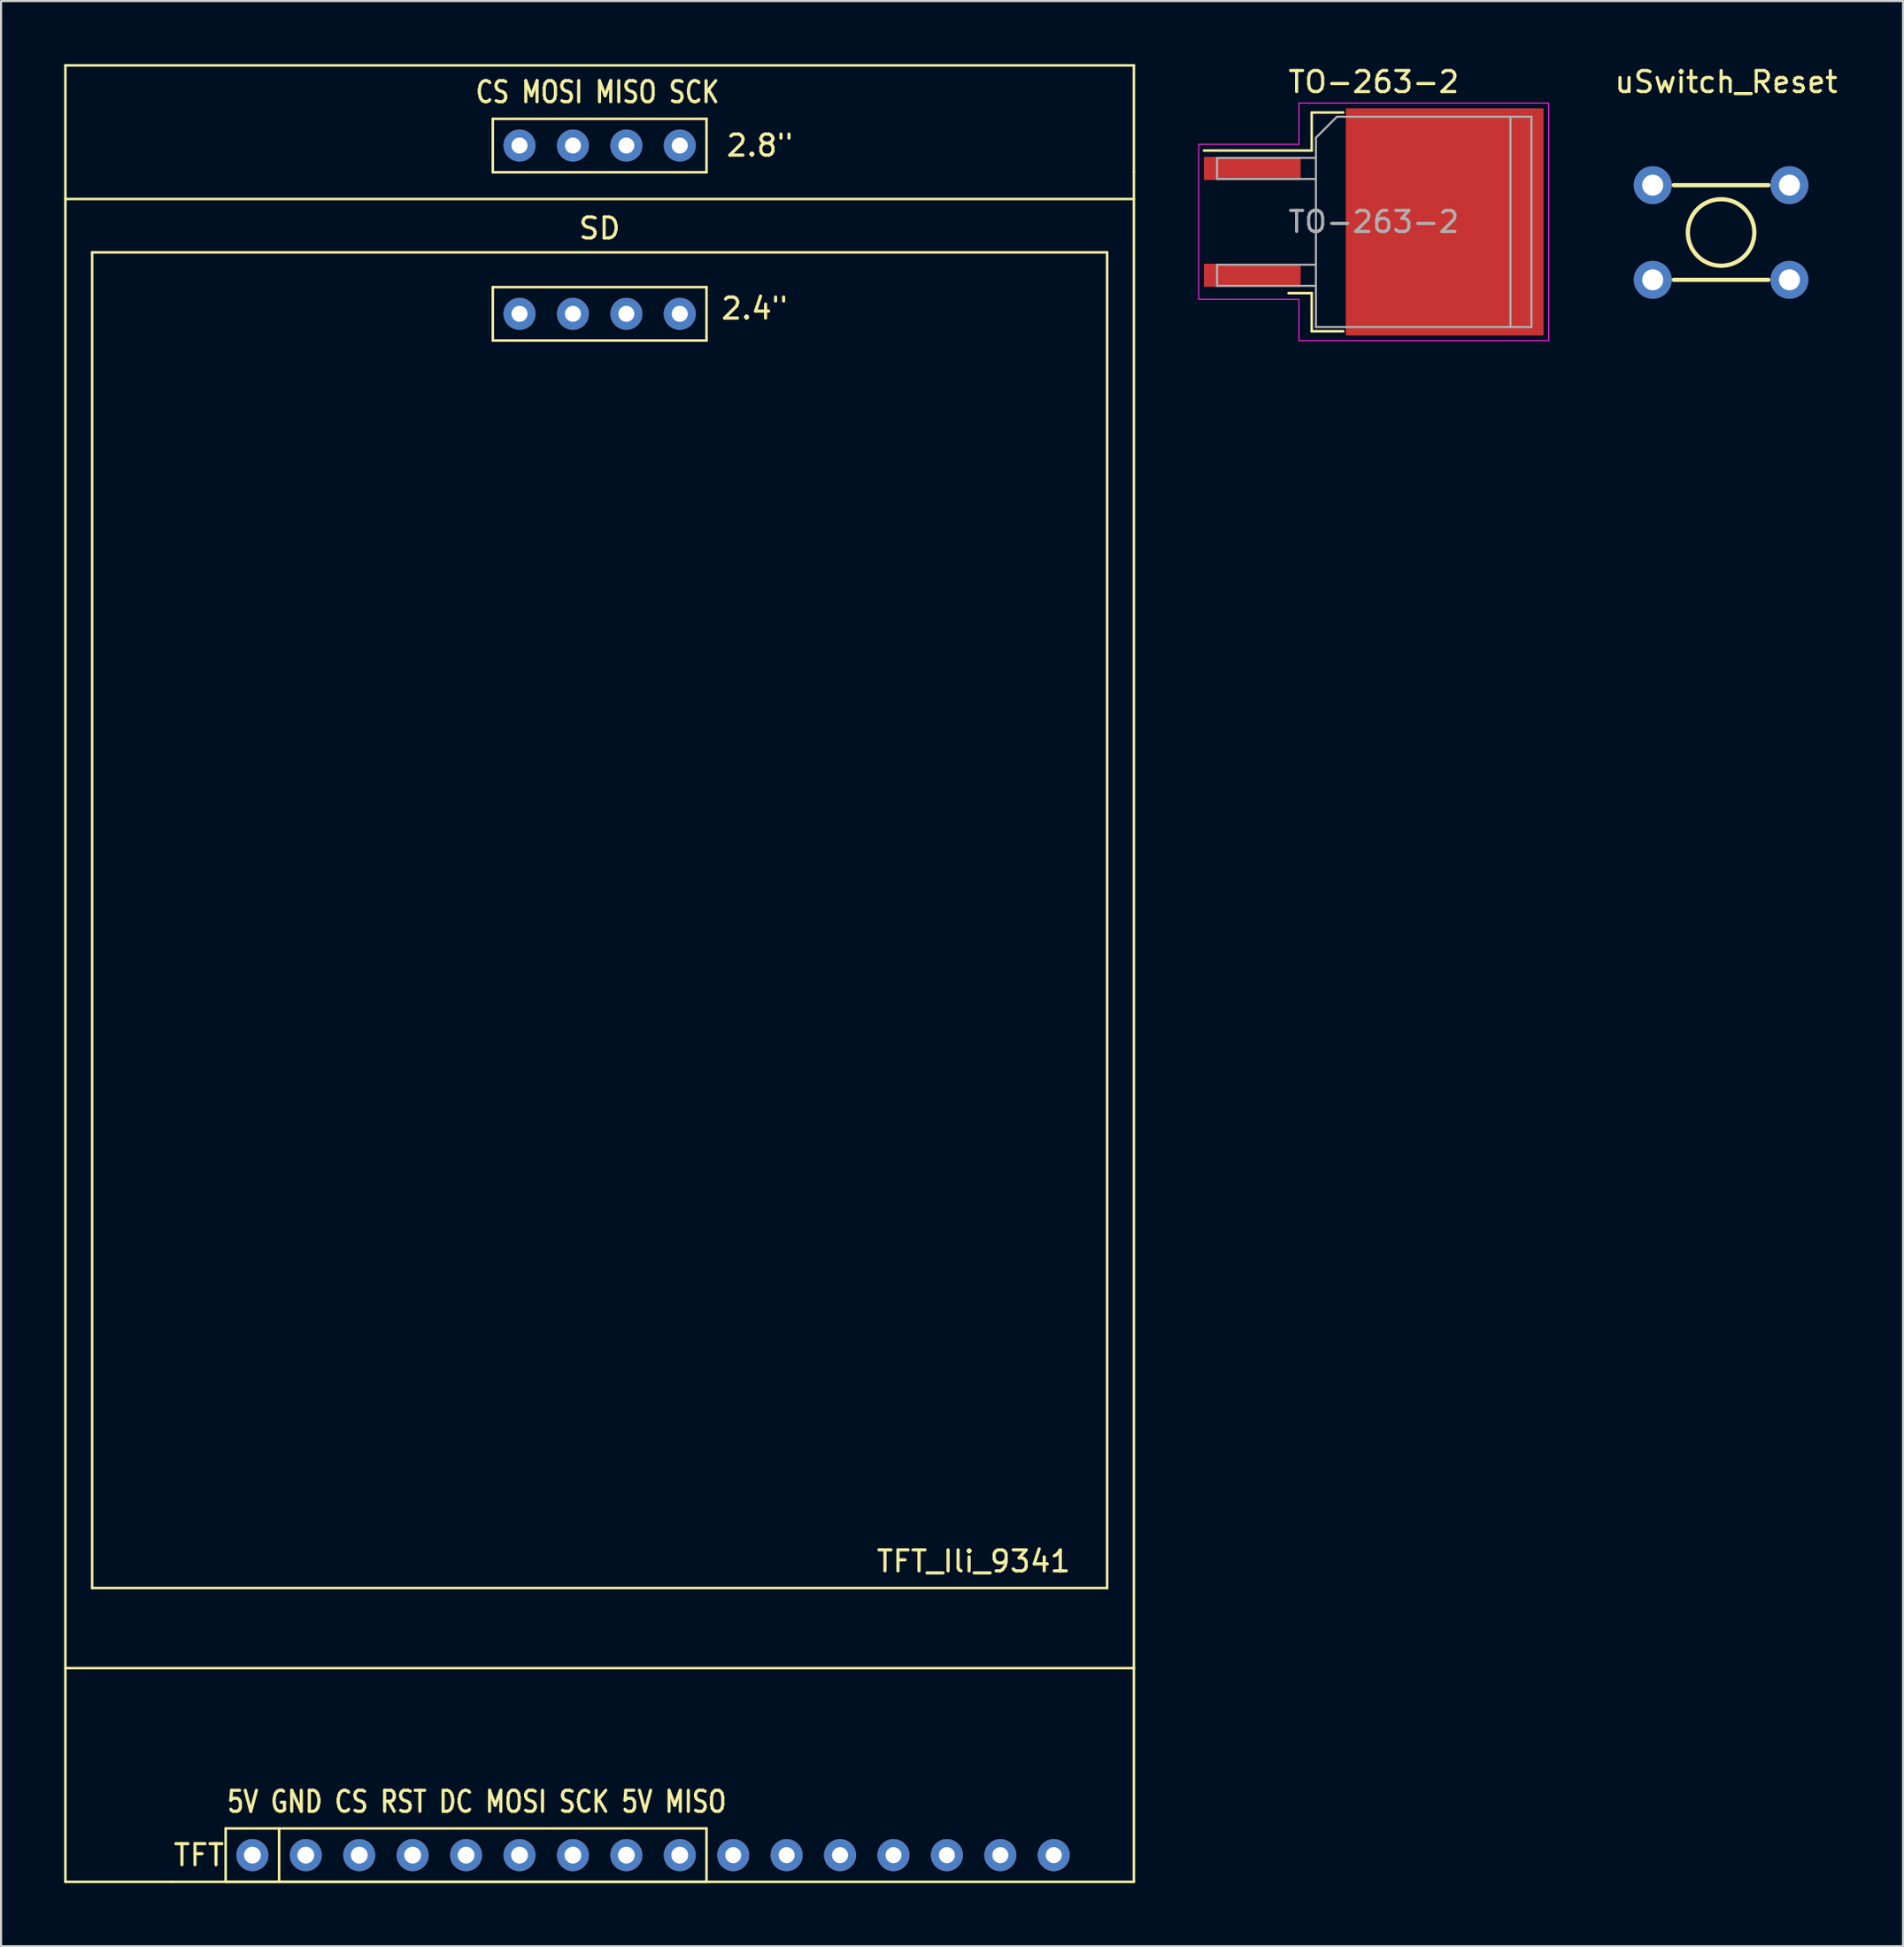
<source format=kicad_pcb>
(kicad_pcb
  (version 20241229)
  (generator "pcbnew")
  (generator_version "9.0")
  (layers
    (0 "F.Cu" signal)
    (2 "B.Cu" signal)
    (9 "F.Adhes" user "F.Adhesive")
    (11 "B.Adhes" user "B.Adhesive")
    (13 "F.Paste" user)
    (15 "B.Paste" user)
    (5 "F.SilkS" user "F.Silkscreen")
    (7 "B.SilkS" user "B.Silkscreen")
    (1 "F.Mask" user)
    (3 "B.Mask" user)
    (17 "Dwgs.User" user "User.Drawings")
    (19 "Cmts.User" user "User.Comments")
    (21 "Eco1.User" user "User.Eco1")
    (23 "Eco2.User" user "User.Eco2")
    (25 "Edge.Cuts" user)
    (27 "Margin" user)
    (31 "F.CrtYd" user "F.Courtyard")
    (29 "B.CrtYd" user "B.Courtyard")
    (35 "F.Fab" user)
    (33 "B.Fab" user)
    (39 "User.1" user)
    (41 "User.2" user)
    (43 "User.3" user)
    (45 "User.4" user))
  (footprint "TO-263-2"
    (layer "F.Cu")
    (at 62.265 7.498)
    (property "Reference" "TO-263-2" (at 0 -6.65 0) (layer "F.SilkS") (effects (font (size 1 1) (thickness 0.15))))
    (attr smd)
    (fp_line (start -2.95 -5.2) (end -2.95 -3.39) (stroke (width 0.12) (type solid)) (layer "F.SilkS"))
    (fp_line (start -2.95 -3.39) (end -8.075 -3.39) (stroke (width 0.12) (type solid)) (layer "F.SilkS"))
    (fp_line (start -2.95 3.39) (end -4.05 3.39) (stroke (width 0.12) (type solid)) (layer "F.SilkS"))
    (fp_line (start -2.95 5.2) (end -2.95 3.39) (stroke (width 0.12) (type solid)) (layer "F.SilkS"))
    (fp_line (start -1.45 -5.2) (end -2.95 -5.2) (stroke (width 0.12) (type solid)) (layer "F.SilkS"))
    (fp_line (start -1.45 5.2) (end -2.95 5.2) (stroke (width 0.12) (type solid)) (layer "F.SilkS"))
    (fp_line (start -8.32 -3.683) (end -8.32 3.683) (stroke (width 0.05) (type solid)) (layer "F.CrtYd"))
    (fp_line (start -8.32 -3.683) (end -3.556 -3.683) (stroke (width 0.05) (type solid)) (layer "F.CrtYd"))
    (fp_line (start -8.32 3.683) (end -3.556 3.683) (stroke (width 0.05) (type solid)) (layer "F.CrtYd"))
    (fp_line (start -3.556 -3.683) (end -3.556 -5.65) (stroke (width 0.05) (type solid)) (layer "F.CrtYd"))
    (fp_line (start -3.556 5.65) (end -3.556 3.683) (stroke (width 0.05) (type solid)) (layer "F.CrtYd"))
    (fp_line (start -3.556 5.65) (end 8.32 5.65) (stroke (width 0.05) (type solid)) (layer "F.CrtYd"))
    (fp_line (start 8.32 -5.65) (end -3.556 -5.65) (stroke (width 0.05) (type solid)) (layer "F.CrtYd"))
    (fp_line (start 8.32 5.65) (end 8.32 -5.65) (stroke (width 0.05) (type solid)) (layer "F.CrtYd"))
    (fp_line (start -7.45 -3.04) (end -7.45 -2.04) (stroke (width 0.1) (type solid)) (layer "F.Fab"))
    (fp_line (start -7.45 -2.04) (end -2.75 -2.04) (stroke (width 0.1) (type solid)) (layer "F.Fab"))
    (fp_line (start -7.45 2.04) (end -7.45 3.04) (stroke (width 0.1) (type solid)) (layer "F.Fab"))
    (fp_line (start -7.45 3.04) (end -2.75 3.04) (stroke (width 0.1) (type solid)) (layer "F.Fab"))
    (fp_line (start -2.75 -4) (end -1.75 -5) (stroke (width 0.1) (type solid)) (layer "F.Fab"))
    (fp_line (start -2.75 -3.04) (end -7.45 -3.04) (stroke (width 0.1) (type solid)) (layer "F.Fab"))
    (fp_line (start -2.75 2.04) (end -7.45 2.04) (stroke (width 0.1) (type solid)) (layer "F.Fab"))
    (fp_line (start -2.75 5) (end -2.75 -4) (stroke (width 0.1) (type solid)) (layer "F.Fab"))
    (fp_line (start -1.75 -5) (end 6.5 -5) (stroke (width 0.1) (type solid)) (layer "F.Fab"))
    (fp_line (start 6.5 -5) (end 6.5 5) (stroke (width 0.1) (type solid)) (layer "F.Fab"))
    (fp_line (start 6.5 -5) (end 7.5 -5) (stroke (width 0.1) (type solid)) (layer "F.Fab"))
    (fp_line (start 6.5 5) (end -2.75 5) (stroke (width 0.1) (type solid)) (layer "F.Fab"))
    (fp_line (start 7.5 -5) (end 7.5 5) (stroke (width 0.1) (type solid)) (layer "F.Fab"))
    (fp_line (start 7.5 5) (end 6.5 5) (stroke (width 0.1) (type solid)) (layer "F.Fab"))
    (fp_text user "${REFERENCE}" (at 0 0 0) (layer "F.Fab") (effects (font (size 1 1) (thickness 0.15))))
    (pad "" smd rect (at 0.95 -2.775) (size 4.55 5.25) (layers "F.Paste"))
    (pad "" smd rect (at 0.95 2.775) (size 4.55 5.25) (layers "F.Paste"))
    (pad "" smd rect (at 5.8 -2.775) (size 4.55 5.25) (layers "F.Paste"))
    (pad "" smd rect (at 5.8 2.775) (size 4.55 5.25) (layers "F.Paste"))
    (pad "1" smd rect (at -5.775 -2.54) (size 4.6 1.1) (layers "F.Cu" "F.Mask" "F.Paste"))
    (pad "2" smd rect (at 3.375 0) (size 9.4 10.8) (layers "F.Cu" "F.Mask"))
    (pad "3" smd rect (at -5.775 2.54) (size 4.6 1.1) (layers "F.Cu" "F.Mask" "F.Paste")))
  (footprint "TFT_Ili_9341"
    (layer "F.Cu")
    (at 17.84 81.34)
    (property "Reference" "TFT_Ili_9341" (at 25.4 -10.16 0) (layer "F.SilkS") (effects (font (size 1 1) (thickness 0.15))))
    (attr through_hole)
    (fp_line (start -17.78 -81.28) (end -17.78 5.08) (stroke (width 0.12) (type solid)) (layer "F.SilkS"))
    (fp_line (start -17.78 -74.93) (end 33.02 -74.93) (stroke (width 0.12) (type solid)) (layer "F.SilkS"))
    (fp_line (start -17.78 -5.08) (end 33.02 -5.08) (stroke (width 0.12) (type solid)) (layer "F.SilkS"))
    (fp_line (start -16.51 -72.39) (end 31.75 -72.39) (stroke (width 0.12) (type solid)) (layer "F.SilkS"))
    (fp_line (start -16.51 -8.89) (end -16.51 -72.39) (stroke (width 0.12) (type solid)) (layer "F.SilkS"))
    (fp_line (start -12.7 5.08) (end -17.78 5.08) (stroke (width 0.12) (type solid)) (layer "F.SilkS"))
    (fp_line (start -12.7 5.08) (end -10.16 5.08) (stroke (width 0.12) (type solid)) (layer "F.SilkS"))
    (fp_line (start -10.16 2.54) (end 12.7 2.54) (stroke (width 0.12) (type solid)) (layer "F.SilkS"))
    (fp_line (start -10.16 5.08) (end -10.16 2.54) (stroke (width 0.12) (type solid)) (layer "F.SilkS"))
    (fp_line (start -10.16 5.08) (end 12.7 5.08) (stroke (width 0.12) (type solid)) (layer "F.SilkS"))
    (fp_line (start -7.62 5.08) (end -7.62 2.54) (stroke (width 0.12) (type solid)) (layer "F.SilkS"))
    (fp_line (start 2.54 -78.74) (end 12.7 -78.74) (stroke (width 0.12) (type solid)) (layer "F.SilkS"))
    (fp_line (start 2.54 -76.2) (end 2.54 -78.74) (stroke (width 0.12) (type solid)) (layer "F.SilkS"))
    (fp_line (start 2.54 -70.739) (end 12.7 -70.739) (stroke (width 0.12) (type solid)) (layer "F.SilkS"))
    (fp_line (start 2.54 -68.199) (end 2.54 -70.739) (stroke (width 0.12) (type solid)) (layer "F.SilkS"))
    (fp_line (start 12.7 -78.74) (end 12.7 -76.2) (stroke (width 0.12) (type solid)) (layer "F.SilkS"))
    (fp_line (start 12.7 -76.2) (end 2.54 -76.2) (stroke (width 0.12) (type solid)) (layer "F.SilkS"))
    (fp_line (start 12.7 -70.739) (end 12.7 -68.199) (stroke (width 0.12) (type solid)) (layer "F.SilkS"))
    (fp_line (start 12.7 -68.199) (end 2.54 -68.199) (stroke (width 0.12) (type solid)) (layer "F.SilkS"))
    (fp_line (start 12.7 2.54) (end 12.7 5.08) (stroke (width 0.12) (type solid)) (layer "F.SilkS"))
    (fp_line (start 12.7 5.08) (end -10.16 5.08) (stroke (width 0.12) (type solid)) (layer "F.SilkS"))
    (fp_line (start 12.7 5.08) (end 33.02 5.08) (stroke (width 0.12) (type solid)) (layer "F.SilkS"))
    (fp_line (start 31.75 -72.39) (end 31.75 -8.89) (stroke (width 0.12) (type solid)) (layer "F.SilkS"))
    (fp_line (start 31.75 -8.89) (end -16.51 -8.89) (stroke (width 0.12) (type solid)) (layer "F.SilkS"))
    (fp_line (start 33.02 -81.28) (end -17.78 -81.28) (stroke (width 0.12) (type solid)) (layer "F.SilkS"))
    (fp_line (start 33.02 -76.2) (end 33.02 -81.28) (stroke (width 0.12) (type solid)) (layer "F.SilkS"))
    (fp_line (start 33.02 5.08) (end 33.02 -76.2) (stroke (width 0.12) (type solid)) (layer "F.SilkS"))
    (fp_text user "SD" (at 7.62 -73.533 0) (layer "F.SilkS") (effects (font (size 1 1) (thickness 0.15))))
    (fp_text user "TFT" (at -11.43 3.81 0) (layer "F.SilkS") (effects (font (size 1 1) (thickness 0.15))))
    (fp_text user "2.4\"" (at 14.986 -69.723 0) (layer "F.SilkS") (effects (font (size 1 1) (thickness 0.15))))
    (fp_text user "2.8\"" (at 15.24 -77.47 0) (layer "F.SilkS") (effects (font (size 1 1) (thickness 0.15))))
    (fp_text user "5V GND CS RST DC MOSI SCK 5V MISO" (at 1.778 1.27 0) (layer "F.SilkS") (effects (font (size 1 0.8) (thickness 0.15))))
    (fp_text user "CS MOSI MISO SCK  " (at 8.128 -80.01 0) (layer "F.SilkS") (effects (font (size 1 0.8) (thickness 0.15))))
    (pad "" thru_hole circle (at 26.67 3.81) (size 1.524 1.524) (drill 0.762) (layers "*.Cu" "*.Mask"))
    (pad "" thru_hole circle (at 29.21 3.81) (size 1.524 1.524) (drill 0.762) (layers "*.Cu" "*.Mask"))
    (pad "1" thru_hole circle (at -8.89 3.81) (size 1.524 1.524) (drill 0.8) (layers "*.Cu" "*.Mask"))
    (pad "2" thru_hole circle (at -6.35 3.81) (size 1.524 1.524) (drill 0.8) (layers "*.Cu" "*.Mask"))
    (pad "3" thru_hole circle (at -3.81 3.81) (size 1.524 1.524) (drill 0.8) (layers "*.Cu" "*.Mask"))
    (pad "4" thru_hole circle (at -1.27 3.81) (size 1.524 1.524) (drill 0.8) (layers "*.Cu" "*.Mask"))
    (pad "5" thru_hole circle (at 1.27 3.81) (size 1.524 1.524) (drill 0.8) (layers "*.Cu" "*.Mask"))
    (pad "6" thru_hole circle (at 3.81 3.81) (size 1.524 1.524) (drill 0.8) (layers "*.Cu" "*.Mask"))
    (pad "7" thru_hole circle (at 6.35 3.81) (size 1.524 1.524) (drill 0.8) (layers "*.Cu" "*.Mask"))
    (pad "8" thru_hole circle (at 8.89 3.81) (size 1.524 1.524) (drill 0.8) (layers "*.Cu" "*.Mask"))
    (pad "9" thru_hole circle (at 11.43 3.81) (size 1.524 1.524) (drill 0.8) (layers "*.Cu" "*.Mask"))
    (pad "10" thru_hole circle (at 13.97 3.81) (size 1.524 1.524) (drill 0.762) (layers "*.Cu" "*.Mask"))
    (pad "11" thru_hole circle (at 16.51 3.81) (size 1.524 1.524) (drill 0.762) (layers "*.Cu" "*.Mask"))
    (pad "12" thru_hole circle (at 19.05 3.81) (size 1.524 1.524) (drill 0.762) (layers "*.Cu" "*.Mask"))
    (pad "13" thru_hole circle (at 21.59 3.81) (size 1.524 1.524) (drill 0.762) (layers "*.Cu" "*.Mask"))
    (pad "14" thru_hole circle (at 24.13 3.81) (size 1.524 1.524) (drill 0.762) (layers "*.Cu" "*.Mask"))
    (pad "15" thru_hole circle (at 3.81 -77.47) (size 1.524 1.524) (drill 0.762) (layers "*.Cu" "*.Mask"))
    (pad "15" thru_hole circle (at 3.81 -69.469) (size 1.524 1.524) (drill 0.762) (layers "*.Cu" "*.Mask"))
    (pad "16" thru_hole circle (at 6.35 -77.47) (size 1.524 1.524) (drill 0.762) (layers "*.Cu" "*.Mask"))
    (pad "16" thru_hole circle (at 6.35 -69.469) (size 1.524 1.524) (drill 0.762) (layers "*.Cu" "*.Mask"))
    (pad "17" thru_hole circle (at 8.89 -77.47) (size 1.524 1.524) (drill 0.762) (layers "*.Cu" "*.Mask"))
    (pad "17" thru_hole circle (at 8.89 -69.469) (size 1.524 1.524) (drill 0.762) (layers "*.Cu" "*.Mask"))
    (pad "18" thru_hole circle (at 11.43 -77.47) (size 1.524 1.524) (drill 0.762) (layers "*.Cu" "*.Mask"))
    (pad "18" thru_hole circle (at 11.43 -69.469) (size 1.524 1.524) (drill 0.762) (layers "*.Cu" "*.Mask")))
  (footprint "uSwitch_Reset"
    (layer "F.Cu")
    (at 79.529 2.753)
    (property "Reference" "uSwitch_Reset" (at -0.508 -1.905 0) (layer "F.SilkS") (effects (font (size 1 1) (thickness 0.15))))
    (attr through_hole)
    (fp_line (start -3 3) (end 1.5 3) (stroke (width 0.2) (type solid)) (layer "F.SilkS"))
    (fp_line (start -3 7.5) (end 1.5 7.5) (stroke (width 0.2) (type solid)) (layer "F.SilkS"))
    (fp_circle (center -0.75 5.25) (end 0.831 5.25) (stroke (width 0.2) (type solid)) (fill no) (layer "F.SilkS"))
    (pad "1" thru_hole circle (at -4 3) (size 1.8 1.8) (drill 1) (layers "*.Cu" "*.Mask"))
    (pad "1" thru_hole circle (at 2.5 3) (size 1.8 1.8) (drill 1) (layers "*.Cu" "*.Mask"))
    (pad "2" thru_hole circle (at -4 7.5) (size 1.8 1.8) (drill 1) (layers "*.Cu" "*.Mask"))
    (pad "2" thru_hole circle (at 2.5 7.5) (size 1.8 1.8) (drill 1) (layers "*.Cu" "*.Mask")))
  (gr_rect
    (start -3 -3)
    (end 87.431 89.48)
    (stroke (width 0.1) (type default))
    (fill no)
    (layer "Edge.Cuts")))
</source>
